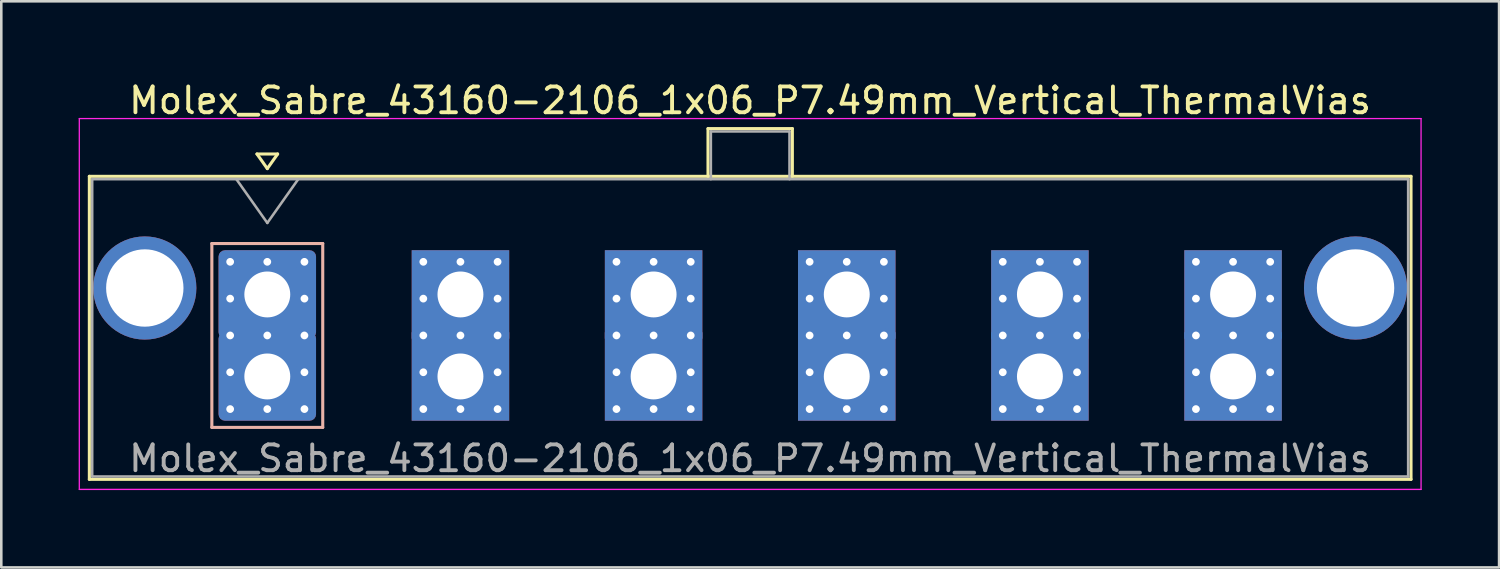
<source format=kicad_pcb>
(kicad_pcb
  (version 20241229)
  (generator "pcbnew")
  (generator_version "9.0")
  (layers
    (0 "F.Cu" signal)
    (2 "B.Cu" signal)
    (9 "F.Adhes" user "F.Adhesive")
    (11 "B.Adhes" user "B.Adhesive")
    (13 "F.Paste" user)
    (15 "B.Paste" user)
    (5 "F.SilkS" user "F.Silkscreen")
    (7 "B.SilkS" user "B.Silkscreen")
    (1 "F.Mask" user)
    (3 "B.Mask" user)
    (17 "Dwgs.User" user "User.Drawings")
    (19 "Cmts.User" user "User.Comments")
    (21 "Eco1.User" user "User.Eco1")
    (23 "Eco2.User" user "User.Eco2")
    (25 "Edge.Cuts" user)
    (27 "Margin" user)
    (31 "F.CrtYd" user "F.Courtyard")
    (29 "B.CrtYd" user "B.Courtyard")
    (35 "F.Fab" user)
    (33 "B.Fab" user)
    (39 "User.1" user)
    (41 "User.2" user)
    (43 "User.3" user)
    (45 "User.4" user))
  (footprint "Molex_Sabre_43160-2106_1x06_P7.49mm_Vertical_ThermalVias"
    (layer "F.Cu")
    (at 7.315 11.548)
    (property "Reference" "Molex_Sabre_43160-2106_1x06_P7.49mm_Vertical_ThermalVias" (at 18.72 -10.7 0) (layer "F.SilkS") (effects (font (size 1 1) (thickness 0.15))))
    (attr through_hole)
    (fp_line (start -6.9 -7.76) (end -6.9 3.99) (stroke (width 0.12) (type solid)) (layer "F.SilkS"))
    (fp_line (start -6.9 3.99) (end 44.35 3.99) (stroke (width 0.12) (type solid)) (layer "F.SilkS"))
    (fp_line (start -0.4 -8.626) (end 0 -8.06) (stroke (width 0.12) (type solid)) (layer "F.SilkS"))
    (fp_line (start 0 -8.06) (end 0.4 -8.626) (stroke (width 0.12) (type solid)) (layer "F.SilkS"))
    (fp_line (start 0.4 -8.626) (end -0.4 -8.626) (stroke (width 0.12) (type solid)) (layer "F.SilkS"))
    (fp_line (start 17.09 -9.61) (end 20.36 -9.61) (stroke (width 0.12) (type solid)) (layer "F.SilkS"))
    (fp_line (start 17.09 -7.76) (end 17.09 -9.61) (stroke (width 0.12) (type solid)) (layer "F.SilkS"))
    (fp_line (start 20.36 -9.61) (end 20.36 -7.76) (stroke (width 0.12) (type solid)) (layer "F.SilkS"))
    (fp_line (start 44.35 -7.76) (end -6.9 -7.76) (stroke (width 0.12) (type solid)) (layer "F.SilkS"))
    (fp_line (start 44.35 3.99) (end 44.35 -7.76) (stroke (width 0.12) (type solid)) (layer "F.SilkS"))
    (fp_line (start -2.15 -5.155) (end -2.15 1.975) (stroke (width 0.12) (type solid)) (layer "B.SilkS"))
    (fp_line (start -2.15 1.975) (end 2.15 1.975) (stroke (width 0.12) (type solid)) (layer "B.SilkS"))
    (fp_line (start 2.15 -5.155) (end -2.15 -5.155) (stroke (width 0.12) (type solid)) (layer "B.SilkS"))
    (fp_line (start 2.15 1.975) (end 2.15 -5.155) (stroke (width 0.12) (type solid)) (layer "B.SilkS"))
    (fp_line (start -7.29 -10) (end -7.29 4.38) (stroke (width 0.05) (type solid)) (layer "F.CrtYd"))
    (fp_line (start -7.29 4.38) (end 44.74 4.38) (stroke (width 0.05) (type solid)) (layer "F.CrtYd"))
    (fp_line (start 44.74 -10) (end -7.29 -10) (stroke (width 0.05) (type solid)) (layer "F.CrtYd"))
    (fp_line (start 44.74 4.38) (end 44.74 -10) (stroke (width 0.05) (type solid)) (layer "F.CrtYd"))
    (fp_line (start -6.79 -7.65) (end -6.79 3.88) (stroke (width 0.1) (type solid)) (layer "F.Fab"))
    (fp_line (start -6.79 3.88) (end 44.24 3.88) (stroke (width 0.1) (type solid)) (layer "F.Fab"))
    (fp_line (start -1.2 -7.65) (end 0 -5.953) (stroke (width 0.1) (type solid)) (layer "F.Fab"))
    (fp_line (start 0 -5.953) (end 1.2 -7.65) (stroke (width 0.1) (type solid)) (layer "F.Fab"))
    (fp_line (start 17.2 -9.5) (end 20.25 -9.5) (stroke (width 0.1) (type solid)) (layer "F.Fab"))
    (fp_line (start 17.2 -7.65) (end 17.2 -9.5) (stroke (width 0.1) (type solid)) (layer "F.Fab"))
    (fp_line (start 20.25 -9.5) (end 20.25 -7.65) (stroke (width 0.1) (type solid)) (layer "F.Fab"))
    (fp_line (start 44.24 -7.65) (end -6.79 -7.65) (stroke (width 0.1) (type solid)) (layer "F.Fab"))
    (fp_line (start 44.24 3.88) (end 44.24 -7.65) (stroke (width 0.1) (type solid)) (layer "F.Fab"))
    (fp_text user "${REFERENCE}" (at 18.72 3.18 0) (layer "F.Fab") (effects (font (size 1 1) (thickness 0.15))))
    (pad "" thru_hole circle (at -4.75 -3.43) (size 4 4) (drill 3) (layers "*.Cu" "*.Mask"))
    (pad "" thru_hole circle (at 42.2 -3.43) (size 4 4) (drill 3) (layers "*.Cu" "*.Mask"))
    (pad "1" thru_hole roundrect (at -1.44 -4.445) (size 0.6 0.6) (drill 0.3) (layers "*.Cu" "*.Mask") (roundrect_rratio 0.25))
    (pad "1" thru_hole roundrect (at -1.44 -3.018) (size 0.6 0.6) (drill 0.3) (layers "*.Cu" "*.Mask") (roundrect_rratio 0.25))
    (pad "1" thru_hole roundrect (at -1.44 -1.59) (size 0.6 0.6) (drill 0.3) (layers "*.Cu" "*.Mask") (roundrect_rratio 0.25))
    (pad "1" thru_hole roundrect (at -1.44 -0.163) (size 0.6 0.6) (drill 0.3) (layers "*.Cu" "*.Mask") (roundrect_rratio 0.25))
    (pad "1" thru_hole roundrect (at -1.44 1.265) (size 0.6 0.6) (drill 0.3) (layers "*.Cu" "*.Mask") (roundrect_rratio 0.25))
    (pad "1" thru_hole roundrect (at 0 -4.445) (size 0.6 0.6) (drill 0.3) (layers "*.Cu" "*.Mask") (roundrect_rratio 0.25))
    (pad "1" thru_hole roundrect (at 0 -3.18) (size 3.78 3.43) (drill 1.78) (layers "*.Cu" "*.Mask") (roundrect_rratio 0.073))
    (pad "1" thru_hole roundrect (at 0 -1.59) (size 0.6 0.6) (drill 0.3) (layers "*.Cu" "*.Mask") (roundrect_rratio 0.25))
    (pad "1" thru_hole roundrect (at 0 0) (size 3.78 3.43) (drill 1.78) (layers "*.Cu" "*.Mask") (roundrect_rratio 0.073))
    (pad "1" thru_hole roundrect (at 0 1.265) (size 0.6 0.6) (drill 0.3) (layers "*.Cu" "*.Mask") (roundrect_rratio 0.25))
    (pad "1" thru_hole roundrect (at 1.44 -4.445) (size 0.6 0.6) (drill 0.3) (layers "*.Cu" "*.Mask") (roundrect_rratio 0.25))
    (pad "1" thru_hole roundrect (at 1.44 -3.018) (size 0.6 0.6) (drill 0.3) (layers "*.Cu" "*.Mask") (roundrect_rratio 0.25))
    (pad "1" thru_hole roundrect (at 1.44 -1.59) (size 0.6 0.6) (drill 0.3) (layers "*.Cu" "*.Mask") (roundrect_rratio 0.25))
    (pad "1" thru_hole roundrect (at 1.44 -0.163) (size 0.6 0.6) (drill 0.3) (layers "*.Cu" "*.Mask") (roundrect_rratio 0.25))
    (pad "1" thru_hole roundrect (at 1.44 1.265) (size 0.6 0.6) (drill 0.3) (layers "*.Cu" "*.Mask") (roundrect_rratio 0.25))
    (pad "2" thru_hole circle (at 6.05 -4.445) (size 0.6 0.6) (drill 0.3) (layers "*.Cu" "*.Mask"))
    (pad "2" thru_hole circle (at 6.05 -3.018) (size 0.6 0.6) (drill 0.3) (layers "*.Cu" "*.Mask"))
    (pad "2" thru_hole circle (at 6.05 -1.59) (size 0.6 0.6) (drill 0.3) (layers "*.Cu" "*.Mask"))
    (pad "2" thru_hole circle (at 6.05 -0.163) (size 0.6 0.6) (drill 0.3) (layers "*.Cu" "*.Mask"))
    (pad "2" thru_hole circle (at 6.05 1.265) (size 0.6 0.6) (drill 0.3) (layers "*.Cu" "*.Mask"))
    (pad "2" thru_hole circle (at 7.49 -4.445) (size 0.6 0.6) (drill 0.3) (layers "*.Cu" "*.Mask"))
    (pad "2" thru_hole rect (at 7.49 -3.18) (size 3.78 3.43) (drill 1.78) (layers "*.Cu" "*.Mask"))
    (pad "2" thru_hole circle (at 7.49 -1.59) (size 0.6 0.6) (drill 0.3) (layers "*.Cu" "*.Mask"))
    (pad "2" thru_hole rect (at 7.49 0) (size 3.78 3.43) (drill 1.78) (layers "*.Cu" "*.Mask"))
    (pad "2" thru_hole circle (at 7.49 1.265) (size 0.6 0.6) (drill 0.3) (layers "*.Cu" "*.Mask"))
    (pad "2" thru_hole circle (at 8.93 -4.445) (size 0.6 0.6) (drill 0.3) (layers "*.Cu" "*.Mask"))
    (pad "2" thru_hole circle (at 8.93 -3.018) (size 0.6 0.6) (drill 0.3) (layers "*.Cu" "*.Mask"))
    (pad "2" thru_hole circle (at 8.93 -1.59) (size 0.6 0.6) (drill 0.3) (layers "*.Cu" "*.Mask"))
    (pad "2" thru_hole circle (at 8.93 -0.163) (size 0.6 0.6) (drill 0.3) (layers "*.Cu" "*.Mask"))
    (pad "2" thru_hole circle (at 8.93 1.265) (size 0.6 0.6) (drill 0.3) (layers "*.Cu" "*.Mask"))
    (pad "3" thru_hole circle (at 13.54 -4.445) (size 0.6 0.6) (drill 0.3) (layers "*.Cu" "*.Mask"))
    (pad "3" thru_hole circle (at 13.54 -3.018) (size 0.6 0.6) (drill 0.3) (layers "*.Cu" "*.Mask"))
    (pad "3" thru_hole circle (at 13.54 -1.59) (size 0.6 0.6) (drill 0.3) (layers "*.Cu" "*.Mask"))
    (pad "3" thru_hole circle (at 13.54 -0.163) (size 0.6 0.6) (drill 0.3) (layers "*.Cu" "*.Mask"))
    (pad "3" thru_hole circle (at 13.54 1.265) (size 0.6 0.6) (drill 0.3) (layers "*.Cu" "*.Mask"))
    (pad "3" thru_hole circle (at 14.98 -4.445) (size 0.6 0.6) (drill 0.3) (layers "*.Cu" "*.Mask"))
    (pad "3" thru_hole rect (at 14.98 -3.18) (size 3.78 3.43) (drill 1.78) (layers "*.Cu" "*.Mask"))
    (pad "3" thru_hole circle (at 14.98 -1.59) (size 0.6 0.6) (drill 0.3) (layers "*.Cu" "*.Mask"))
    (pad "3" thru_hole rect (at 14.98 0) (size 3.78 3.43) (drill 1.78) (layers "*.Cu" "*.Mask"))
    (pad "3" thru_hole circle (at 14.98 1.265) (size 0.6 0.6) (drill 0.3) (layers "*.Cu" "*.Mask"))
    (pad "3" thru_hole circle (at 16.42 -4.445) (size 0.6 0.6) (drill 0.3) (layers "*.Cu" "*.Mask"))
    (pad "3" thru_hole circle (at 16.42 -3.018) (size 0.6 0.6) (drill 0.3) (layers "*.Cu" "*.Mask"))
    (pad "3" thru_hole circle (at 16.42 -1.59) (size 0.6 0.6) (drill 0.3) (layers "*.Cu" "*.Mask"))
    (pad "3" thru_hole circle (at 16.42 -0.163) (size 0.6 0.6) (drill 0.3) (layers "*.Cu" "*.Mask"))
    (pad "3" thru_hole circle (at 16.42 1.265) (size 0.6 0.6) (drill 0.3) (layers "*.Cu" "*.Mask"))
    (pad "4" thru_hole circle (at 21.03 -4.445) (size 0.6 0.6) (drill 0.3) (layers "*.Cu" "*.Mask"))
    (pad "4" thru_hole circle (at 21.03 -3.018) (size 0.6 0.6) (drill 0.3) (layers "*.Cu" "*.Mask"))
    (pad "4" thru_hole circle (at 21.03 -1.59) (size 0.6 0.6) (drill 0.3) (layers "*.Cu" "*.Mask"))
    (pad "4" thru_hole circle (at 21.03 -0.163) (size 0.6 0.6) (drill 0.3) (layers "*.Cu" "*.Mask"))
    (pad "4" thru_hole circle (at 21.03 1.265) (size 0.6 0.6) (drill 0.3) (layers "*.Cu" "*.Mask"))
    (pad "4" thru_hole circle (at 22.47 -4.445) (size 0.6 0.6) (drill 0.3) (layers "*.Cu" "*.Mask"))
    (pad "4" thru_hole rect (at 22.47 -3.18) (size 3.78 3.43) (drill 1.78) (layers "*.Cu" "*.Mask"))
    (pad "4" thru_hole circle (at 22.47 -1.59) (size 0.6 0.6) (drill 0.3) (layers "*.Cu" "*.Mask"))
    (pad "4" thru_hole rect (at 22.47 0) (size 3.78 3.43) (drill 1.78) (layers "*.Cu" "*.Mask"))
    (pad "4" thru_hole circle (at 22.47 1.265) (size 0.6 0.6) (drill 0.3) (layers "*.Cu" "*.Mask"))
    (pad "4" thru_hole circle (at 23.91 -4.445) (size 0.6 0.6) (drill 0.3) (layers "*.Cu" "*.Mask"))
    (pad "4" thru_hole circle (at 23.91 -3.018) (size 0.6 0.6) (drill 0.3) (layers "*.Cu" "*.Mask"))
    (pad "4" thru_hole circle (at 23.91 -1.59) (size 0.6 0.6) (drill 0.3) (layers "*.Cu" "*.Mask"))
    (pad "4" thru_hole circle (at 23.91 -0.163) (size 0.6 0.6) (drill 0.3) (layers "*.Cu" "*.Mask"))
    (pad "4" thru_hole circle (at 23.91 1.265) (size 0.6 0.6) (drill 0.3) (layers "*.Cu" "*.Mask"))
    (pad "5" thru_hole circle (at 28.52 -4.445) (size 0.6 0.6) (drill 0.3) (layers "*.Cu" "*.Mask"))
    (pad "5" thru_hole circle (at 28.52 -3.018) (size 0.6 0.6) (drill 0.3) (layers "*.Cu" "*.Mask"))
    (pad "5" thru_hole circle (at 28.52 -1.59) (size 0.6 0.6) (drill 0.3) (layers "*.Cu" "*.Mask"))
    (pad "5" thru_hole circle (at 28.52 -0.163) (size 0.6 0.6) (drill 0.3) (layers "*.Cu" "*.Mask"))
    (pad "5" thru_hole circle (at 28.52 1.265) (size 0.6 0.6) (drill 0.3) (layers "*.Cu" "*.Mask"))
    (pad "5" thru_hole circle (at 29.96 -4.445) (size 0.6 0.6) (drill 0.3) (layers "*.Cu" "*.Mask"))
    (pad "5" thru_hole rect (at 29.96 -3.18) (size 3.78 3.43) (drill 1.78) (layers "*.Cu" "*.Mask"))
    (pad "5" thru_hole circle (at 29.96 -1.59) (size 0.6 0.6) (drill 0.3) (layers "*.Cu" "*.Mask"))
    (pad "5" thru_hole rect (at 29.96 0) (size 3.78 3.43) (drill 1.78) (layers "*.Cu" "*.Mask"))
    (pad "5" thru_hole circle (at 29.96 1.265) (size 0.6 0.6) (drill 0.3) (layers "*.Cu" "*.Mask"))
    (pad "5" thru_hole circle (at 31.4 -4.445) (size 0.6 0.6) (drill 0.3) (layers "*.Cu" "*.Mask"))
    (pad "5" thru_hole circle (at 31.4 -3.018) (size 0.6 0.6) (drill 0.3) (layers "*.Cu" "*.Mask"))
    (pad "5" thru_hole circle (at 31.4 -1.59) (size 0.6 0.6) (drill 0.3) (layers "*.Cu" "*.Mask"))
    (pad "5" thru_hole circle (at 31.4 -0.163) (size 0.6 0.6) (drill 0.3) (layers "*.Cu" "*.Mask"))
    (pad "5" thru_hole circle (at 31.4 1.265) (size 0.6 0.6) (drill 0.3) (layers "*.Cu" "*.Mask"))
    (pad "6" thru_hole circle (at 36.01 -4.445) (size 0.6 0.6) (drill 0.3) (layers "*.Cu" "*.Mask"))
    (pad "6" thru_hole circle (at 36.01 -3.018) (size 0.6 0.6) (drill 0.3) (layers "*.Cu" "*.Mask"))
    (pad "6" thru_hole circle (at 36.01 -1.59) (size 0.6 0.6) (drill 0.3) (layers "*.Cu" "*.Mask"))
    (pad "6" thru_hole circle (at 36.01 -0.163) (size 0.6 0.6) (drill 0.3) (layers "*.Cu" "*.Mask"))
    (pad "6" thru_hole circle (at 36.01 1.265) (size 0.6 0.6) (drill 0.3) (layers "*.Cu" "*.Mask"))
    (pad "6" thru_hole circle (at 37.45 -4.445) (size 0.6 0.6) (drill 0.3) (layers "*.Cu" "*.Mask"))
    (pad "6" thru_hole rect (at 37.45 -3.18) (size 3.78 3.43) (drill 1.78) (layers "*.Cu" "*.Mask"))
    (pad "6" thru_hole circle (at 37.45 -1.59) (size 0.6 0.6) (drill 0.3) (layers "*.Cu" "*.Mask"))
    (pad "6" thru_hole rect (at 37.45 0) (size 3.78 3.43) (drill 1.78) (layers "*.Cu" "*.Mask"))
    (pad "6" thru_hole circle (at 37.45 1.265) (size 0.6 0.6) (drill 0.3) (layers "*.Cu" "*.Mask"))
    (pad "6" thru_hole circle (at 38.89 -4.445) (size 0.6 0.6) (drill 0.3) (layers "*.Cu" "*.Mask"))
    (pad "6" thru_hole circle (at 38.89 -3.018) (size 0.6 0.6) (drill 0.3) (layers "*.Cu" "*.Mask"))
    (pad "6" thru_hole circle (at 38.89 -1.59) (size 0.6 0.6) (drill 0.3) (layers "*.Cu" "*.Mask"))
    (pad "6" thru_hole circle (at 38.89 -0.163) (size 0.6 0.6) (drill 0.3) (layers "*.Cu" "*.Mask"))
    (pad "6" thru_hole circle (at 38.89 1.265) (size 0.6 0.6) (drill 0.3) (layers "*.Cu" "*.Mask")))
  (gr_rect
    (start -3 -3)
    (end 55.08 18.953)
    (stroke (width 0.1) (type default))
    (fill no)
    (layer "Edge.Cuts")))
</source>
